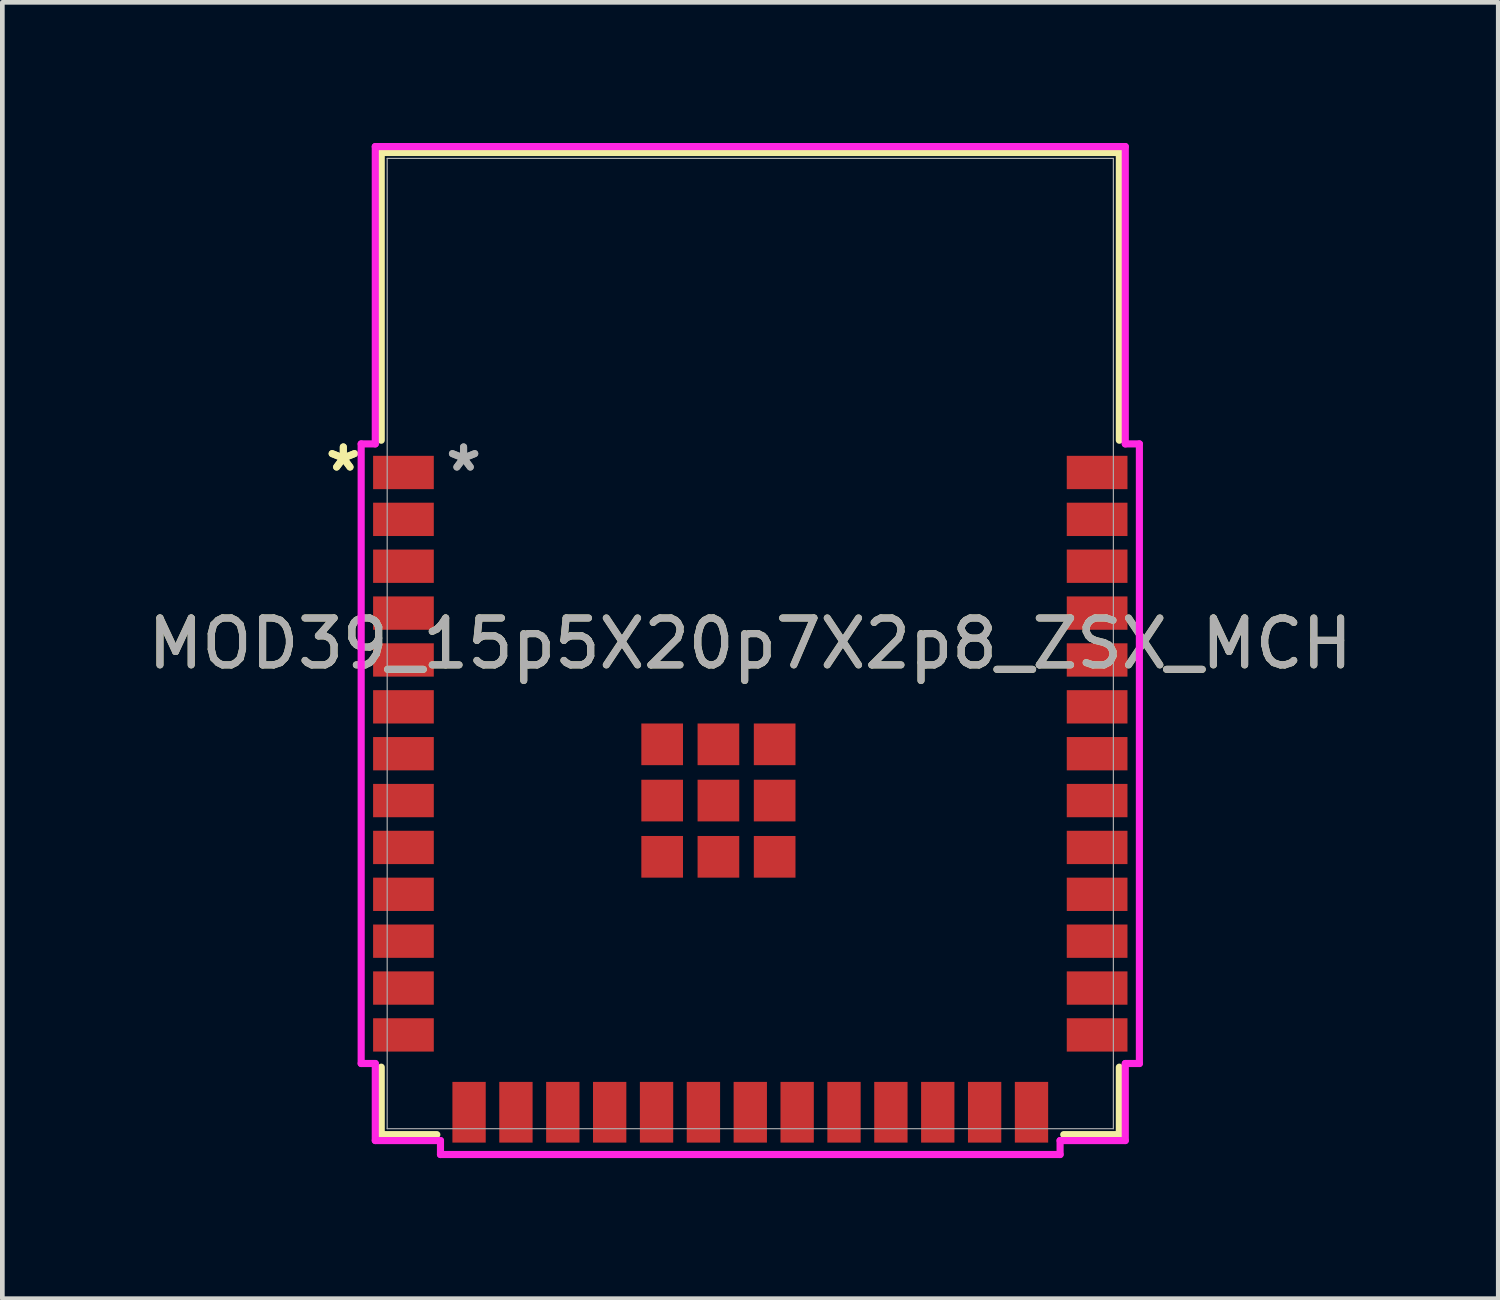
<source format=kicad_pcb>
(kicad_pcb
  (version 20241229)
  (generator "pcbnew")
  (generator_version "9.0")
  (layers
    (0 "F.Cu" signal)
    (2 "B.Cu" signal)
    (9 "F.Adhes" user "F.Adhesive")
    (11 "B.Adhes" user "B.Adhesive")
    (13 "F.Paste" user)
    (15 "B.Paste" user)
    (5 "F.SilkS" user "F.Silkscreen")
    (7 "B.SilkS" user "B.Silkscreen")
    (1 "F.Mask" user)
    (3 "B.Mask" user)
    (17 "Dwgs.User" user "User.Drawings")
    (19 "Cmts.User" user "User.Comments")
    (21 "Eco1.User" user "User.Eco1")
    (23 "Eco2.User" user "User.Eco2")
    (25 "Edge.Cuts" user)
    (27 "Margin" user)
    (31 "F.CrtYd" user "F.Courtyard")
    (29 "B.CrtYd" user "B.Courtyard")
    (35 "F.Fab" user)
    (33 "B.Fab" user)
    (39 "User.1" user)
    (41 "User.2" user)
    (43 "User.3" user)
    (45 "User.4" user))
  (footprint "MOD39_15p5X20p7X2p8_ZSX_MCH"
    (layer "F.Cu")
    (at 12.958 10.681)
    (property "Reference" "MOD39_15p5X20p7X2p8_ZSX_MCH" (at 0 0 0) (unlocked yes) (layer "F.SilkS") (effects (font (size 1 1) (thickness 0.15))))
    (attr smd)
    (fp_line (start -7.874 -10.477) (end 7.874 -10.477) (stroke (width 0.152) (type solid)) (layer "F.SilkS"))
    (fp_line (start -7.874 -4.338) (end -7.874 -10.477) (stroke (width 0.152) (type solid)) (layer "F.SilkS"))
    (fp_line (start -7.874 10.477) (end -7.874 9.038) (stroke (width 0.152) (type solid)) (layer "F.SilkS"))
    (fp_line (start -6.688 10.477) (end -7.874 10.477) (stroke (width 0.152) (type solid)) (layer "F.SilkS"))
    (fp_line (start 7.874 -10.477) (end 7.874 -4.338) (stroke (width 0.152) (type solid)) (layer "F.SilkS"))
    (fp_line (start 7.874 9.038) (end 7.874 10.477) (stroke (width 0.152) (type solid)) (layer "F.SilkS"))
    (fp_line (start 7.874 10.477) (end 6.688 10.477) (stroke (width 0.152) (type solid)) (layer "F.SilkS"))
    (fp_poly (pts (xy -7.747 -10.351) (xy -7.747 -4.356) (xy 7.747 -4.356) (xy 7.747 -10.351)) (stroke (width 0.1) (type solid)) (fill no) (layer "Eco2.User"))
    (fp_poly (pts (xy -0.744 6.83) (xy -0.754 6.723) (xy -0.785 6.621) (xy -0.836 6.527) (xy -0.904 6.444) (xy -0.987 6.376) (xy -1.081 6.325) (xy -1.183 6.294) (xy -1.29 6.284) (xy -1.397 6.294) (xy -1.499 6.325) (xy -1.593 6.376) (xy -1.676 6.444) (xy -1.744 6.527) (xy -1.795 6.621) (xy -1.826 6.723) (xy -1.836 6.83) (xy -1.826 6.937) (xy -1.795 7.039) (xy -1.744 7.133) (xy -1.676 7.216) (xy -1.593 7.284) (xy -1.499 7.335) (xy -1.397 7.366) (xy -1.29 7.376) (xy -1.183 7.366) (xy -1.081 7.335) (xy -0.987 7.284) (xy -0.904 7.216) (xy -0.836 7.133) (xy -0.785 7.039) (xy -0.754 6.937)) (stroke (width 0.1) (type solid)) (fill no) (layer "Eco2.User"))
    (fp_poly (pts (xy 0.968 -3.01) (xy 0.934 -3.357) (xy 0.833 -3.69) (xy 0.668 -3.998) (xy 0.447 -4.267) (xy 0.178 -4.488) (xy -0.13 -4.653) (xy -0.463 -4.754) (xy -0.81 -4.788) (xy -1.157 -4.754) (xy -1.49 -4.653) (xy -1.798 -4.488) (xy -2.067 -4.267) (xy -2.288 -3.998) (xy -2.453 -3.69) (xy -2.554 -3.357) (xy -2.588 -3.01) (xy -2.554 -2.663) (xy -2.453 -2.33) (xy -2.288 -2.022) (xy -2.067 -1.753) (xy -1.798 -1.532) (xy -1.49 -1.367) (xy -1.157 -1.266) (xy -0.81 -1.232) (xy -0.463 -1.266) (xy -0.13 -1.367) (xy 0.178 -1.532) (xy 0.447 -1.753) (xy 0.668 -2.022) (xy 0.833 -2.33) (xy 0.934 -2.663)) (stroke (width 0.1) (type solid)) (fill no) (layer "Eco2.User"))
    (fp_poly (pts (xy 4.716 5.07) (xy 4.706 4.963) (xy 4.675 4.861) (xy 4.624 4.767) (xy 4.556 4.684) (xy 4.473 4.616) (xy 4.379 4.565) (xy 4.277 4.534) (xy 4.17 4.524) (xy 4.063 4.534) (xy 3.961 4.565) (xy 3.867 4.616) (xy 3.784 4.684) (xy 3.716 4.767) (xy 3.665 4.861) (xy 3.634 4.963) (xy 3.624 5.07) (xy 3.634 5.177) (xy 3.665 5.279) (xy 3.716 5.373) (xy 3.784 5.456) (xy 3.867 5.524) (xy 3.961 5.575) (xy 4.063 5.606) (xy 4.17 5.616) (xy 4.277 5.606) (xy 4.379 5.575) (xy 4.473 5.524) (xy 4.556 5.456) (xy 4.624 5.373) (xy 4.675 5.279) (xy 4.706 5.177)) (stroke (width 0.1) (type solid)) (fill no) (layer "Eco2.User"))
    (fp_line (start -8.302 -4.26) (end -8.302 8.96) (stroke (width 0.152) (type solid)) (layer "F.CrtYd"))
    (fp_line (start -8.302 8.96) (end -8.001 8.96) (stroke (width 0.152) (type solid)) (layer "F.CrtYd"))
    (fp_line (start -8.001 -10.604) (end -8.001 -4.26) (stroke (width 0.152) (type solid)) (layer "F.CrtYd"))
    (fp_line (start -8.001 -4.26) (end -8.302 -4.26) (stroke (width 0.152) (type solid)) (layer "F.CrtYd"))
    (fp_line (start -8.001 8.96) (end -8.001 10.604) (stroke (width 0.152) (type solid)) (layer "F.CrtYd"))
    (fp_line (start -8.001 10.604) (end -6.61 10.604) (stroke (width 0.152) (type solid)) (layer "F.CrtYd"))
    (fp_line (start -6.61 10.604) (end -6.61 10.902) (stroke (width 0.152) (type solid)) (layer "F.CrtYd"))
    (fp_line (start -6.61 10.902) (end 6.61 10.902) (stroke (width 0.152) (type solid)) (layer "F.CrtYd"))
    (fp_line (start 6.61 10.604) (end 8.001 10.604) (stroke (width 0.152) (type solid)) (layer "F.CrtYd"))
    (fp_line (start 6.61 10.902) (end 6.61 10.604) (stroke (width 0.152) (type solid)) (layer "F.CrtYd"))
    (fp_line (start 8.001 -10.604) (end -8.001 -10.604) (stroke (width 0.152) (type solid)) (layer "F.CrtYd"))
    (fp_line (start 8.001 -4.26) (end 8.001 -10.604) (stroke (width 0.152) (type solid)) (layer "F.CrtYd"))
    (fp_line (start 8.001 8.96) (end 8.302 8.96) (stroke (width 0.152) (type solid)) (layer "F.CrtYd"))
    (fp_line (start 8.001 10.604) (end 8.001 8.96) (stroke (width 0.152) (type solid)) (layer "F.CrtYd"))
    (fp_line (start 8.302 -4.26) (end 8.001 -4.26) (stroke (width 0.152) (type solid)) (layer "F.CrtYd"))
    (fp_line (start 8.302 8.96) (end 8.302 -4.26) (stroke (width 0.152) (type solid)) (layer "F.CrtYd"))
    (fp_line (start -7.747 -10.351) (end -7.747 10.351) (stroke (width 0.025) (type solid)) (layer "F.Fab"))
    (fp_line (start -7.747 10.351) (end 7.747 10.351) (stroke (width 0.025) (type solid)) (layer "F.Fab"))
    (fp_line (start 7.747 -10.351) (end -7.747 -10.351) (stroke (width 0.025) (type solid)) (layer "F.Fab"))
    (fp_line (start 7.747 10.351) (end 7.747 -10.351) (stroke (width 0.025) (type solid)) (layer "F.Fab"))
    (fp_text user "*" (at -8.683 -3.65 0) (unlocked yes) (layer "F.SilkS") (effects (font (size 1 1) (thickness 0.15))))
    (fp_text user "*" (at -8.683 -3.65 0) (layer "F.SilkS") (effects (font (size 1 1) (thickness 0.15))))
    (fp_text user "*" (at -6.117 -3.65 0) (layer "F.Fab") (effects (font (size 1 1) (thickness 0.15))))
    (fp_text user "*" (at -6.117 -3.65 0) (unlocked yes) (layer "F.Fab") (effects (font (size 1 1) (thickness 0.15))))
    (fp_text user "${REFERENCE}" (at 0 0 0) (unlocked yes) (layer "F.Fab") (effects (font (size 1 1) (thickness 0.15))))
    (pad "1" smd rect (at -7.4 -3.65) (size 1.295 0.711) (layers "F.Cu" "F.Mask" "F.Paste"))
    (pad "2" smd rect (at -7.4 -2.65) (size 1.295 0.711) (layers "F.Cu" "F.Mask" "F.Paste"))
    (pad "3" smd rect (at -7.4 -1.65) (size 1.295 0.711) (layers "F.Cu" "F.Mask" "F.Paste"))
    (pad "4" smd rect (at -7.4 -0.65) (size 1.295 0.711) (layers "F.Cu" "F.Mask" "F.Paste"))
    (pad "5" smd rect (at -7.4 0.35) (size 1.295 0.711) (layers "F.Cu" "F.Mask" "F.Paste"))
    (pad "6" smd rect (at -7.4 1.35) (size 1.295 0.711) (layers "F.Cu" "F.Mask" "F.Paste"))
    (pad "7" smd rect (at -7.4 2.35) (size 1.295 0.711) (layers "F.Cu" "F.Mask" "F.Paste"))
    (pad "8" smd rect (at -7.4 3.35) (size 1.295 0.711) (layers "F.Cu" "F.Mask" "F.Paste"))
    (pad "9" smd rect (at -7.4 4.35) (size 1.295 0.711) (layers "F.Cu" "F.Mask" "F.Paste"))
    (pad "10" smd rect (at -7.4 5.35) (size 1.295 0.711) (layers "F.Cu" "F.Mask" "F.Paste"))
    (pad "11" smd rect (at -7.4 6.35) (size 1.295 0.711) (layers "F.Cu" "F.Mask" "F.Paste"))
    (pad "12" smd rect (at -7.4 7.35) (size 1.295 0.711) (layers "F.Cu" "F.Mask" "F.Paste"))
    (pad "13" smd rect (at -7.4 8.35) (size 1.295 0.711) (layers "F.Cu" "F.Mask" "F.Paste"))
    (pad "14" smd rect (at -6 10 90) (size 1.295 0.711) (layers "F.Cu" "F.Mask" "F.Paste"))
    (pad "15" smd rect (at -5 10 90) (size 1.295 0.711) (layers "F.Cu" "F.Mask" "F.Paste"))
    (pad "16" smd rect (at -4 10 90) (size 1.295 0.711) (layers "F.Cu" "F.Mask" "F.Paste"))
    (pad "17" smd rect (at -3 10 90) (size 1.295 0.711) (layers "F.Cu" "F.Mask" "F.Paste"))
    (pad "18" smd rect (at -2 10 90) (size 1.295 0.711) (layers "F.Cu" "F.Mask" "F.Paste"))
    (pad "19" smd rect (at -1 10 90) (size 1.295 0.711) (layers "F.Cu" "F.Mask" "F.Paste"))
    (pad "20" smd rect (at 0 10 90) (size 1.295 0.711) (layers "F.Cu" "F.Mask" "F.Paste"))
    (pad "21" smd rect (at 1 10 90) (size 1.295 0.711) (layers "F.Cu" "F.Mask" "F.Paste"))
    (pad "22" smd rect (at 2 10 90) (size 1.295 0.711) (layers "F.Cu" "F.Mask" "F.Paste"))
    (pad "23" smd rect (at 3 10 90) (size 1.295 0.711) (layers "F.Cu" "F.Mask" "F.Paste"))
    (pad "24" smd rect (at 4 10 90) (size 1.295 0.711) (layers "F.Cu" "F.Mask" "F.Paste"))
    (pad "25" smd rect (at 5 10 90) (size 1.295 0.711) (layers "F.Cu" "F.Mask" "F.Paste"))
    (pad "26" smd rect (at 6 10 90) (size 1.295 0.711) (layers "F.Cu" "F.Mask" "F.Paste"))
    (pad "27" smd rect (at 7.4 8.35) (size 1.295 0.711) (layers "F.Cu" "F.Mask" "F.Paste"))
    (pad "28" smd rect (at 7.4 7.35) (size 1.295 0.711) (layers "F.Cu" "F.Mask" "F.Paste"))
    (pad "29" smd rect (at 7.4 6.35) (size 1.295 0.711) (layers "F.Cu" "F.Mask" "F.Paste"))
    (pad "30" smd rect (at 7.4 5.35) (size 1.295 0.711) (layers "F.Cu" "F.Mask" "F.Paste"))
    (pad "31" smd rect (at 7.4 4.35) (size 1.295 0.711) (layers "F.Cu" "F.Mask" "F.Paste"))
    (pad "32" smd rect (at 7.4 3.35) (size 1.295 0.711) (layers "F.Cu" "F.Mask" "F.Paste"))
    (pad "33" smd rect (at 7.4 2.35) (size 1.295 0.711) (layers "F.Cu" "F.Mask" "F.Paste"))
    (pad "34" smd rect (at 7.4 1.35) (size 1.295 0.711) (layers "F.Cu" "F.Mask" "F.Paste"))
    (pad "35" smd rect (at 7.4 0.35) (size 1.295 0.711) (layers "F.Cu" "F.Mask" "F.Paste"))
    (pad "36" smd rect (at 7.4 -0.65) (size 1.295 0.711) (layers "F.Cu" "F.Mask" "F.Paste"))
    (pad "37" smd rect (at 7.4 -1.65) (size 1.295 0.711) (layers "F.Cu" "F.Mask" "F.Paste"))
    (pad "38" smd rect (at 7.4 -2.65) (size 1.295 0.711) (layers "F.Cu" "F.Mask" "F.Paste"))
    (pad "39" smd rect (at 7.4 -3.65) (size 1.295 0.711) (layers "F.Cu" "F.Mask" "F.Paste"))
    (pad "40" smd rect (at -1.88 2.15) (size 0.889 0.889) (layers "F.Cu" "F.Mask" "F.Paste"))
    (pad "41" smd rect (at -0.68 2.15) (size 0.889 0.889) (layers "F.Cu" "F.Mask" "F.Paste"))
    (pad "42" smd rect (at 0.52 2.15) (size 0.889 0.889) (layers "F.Cu" "F.Mask" "F.Paste"))
    (pad "43" smd rect (at -1.88 3.35) (size 0.889 0.889) (layers "F.Cu" "F.Mask" "F.Paste"))
    (pad "44" smd rect (at -0.68 3.35) (size 0.889 0.889) (layers "F.Cu" "F.Mask" "F.Paste"))
    (pad "45" smd rect (at 0.52 3.35) (size 0.889 0.889) (layers "F.Cu" "F.Mask" "F.Paste"))
    (pad "46" smd rect (at -1.88 4.55) (size 0.889 0.889) (layers "F.Cu" "F.Mask" "F.Paste"))
    (pad "47" smd rect (at -0.68 4.55) (size 0.889 0.889) (layers "F.Cu" "F.Mask" "F.Paste"))
    (pad "48" smd rect (at 0.52 4.55) (size 0.889 0.889) (layers "F.Cu" "F.Mask" "F.Paste")))
  (gr_rect
    (start -3 -3)
    (end 28.917 24.659)
    (stroke (width 0.1) (type default))
    (fill no)
    (layer "Edge.Cuts")))
</source>
